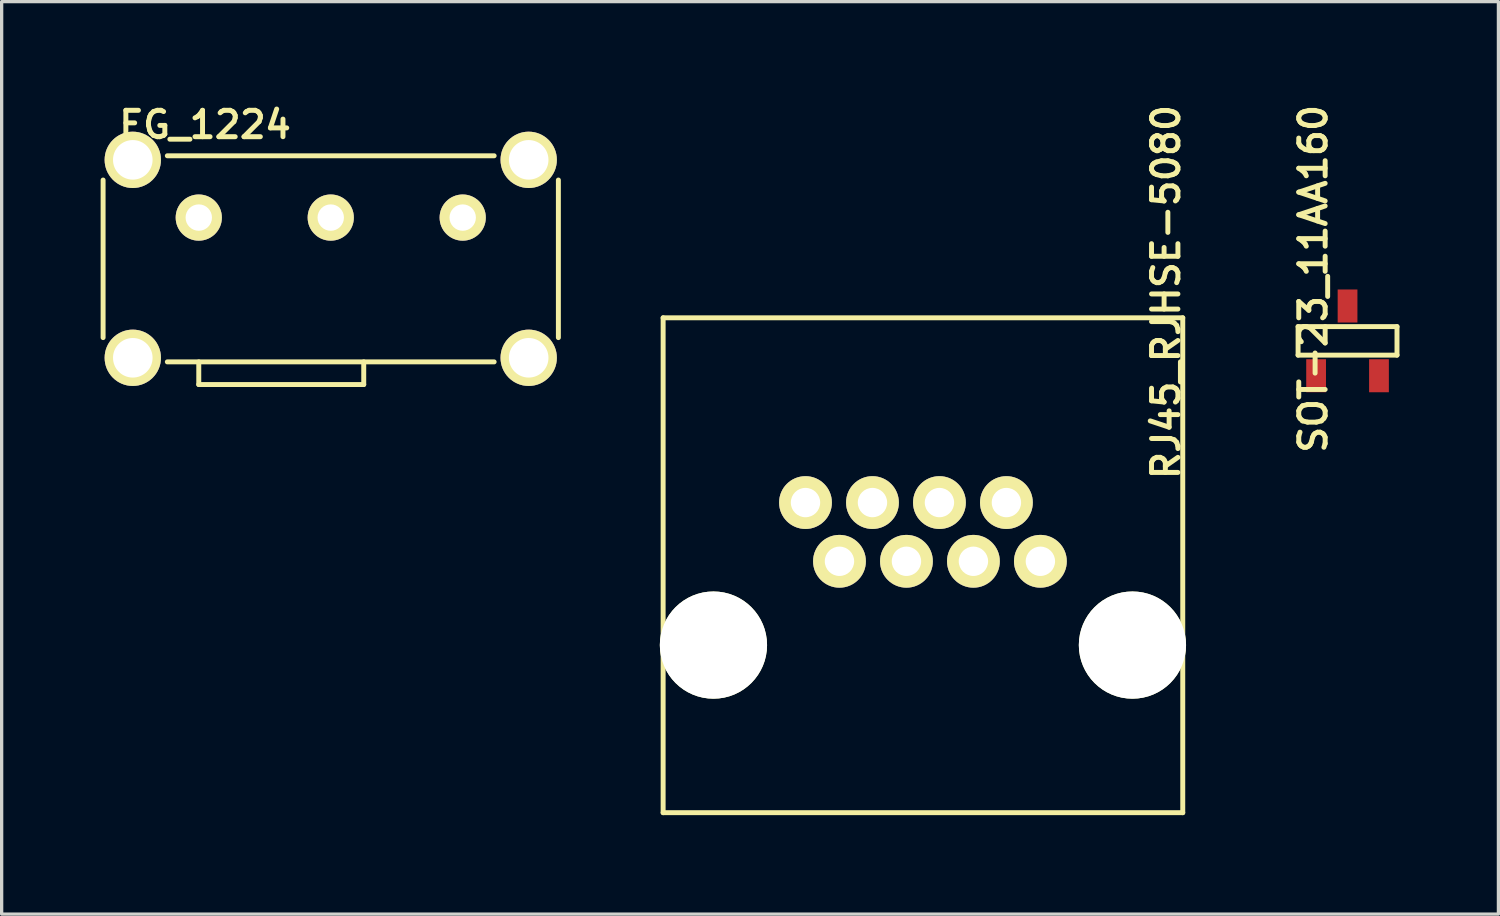
<source format=kicad_pcb>
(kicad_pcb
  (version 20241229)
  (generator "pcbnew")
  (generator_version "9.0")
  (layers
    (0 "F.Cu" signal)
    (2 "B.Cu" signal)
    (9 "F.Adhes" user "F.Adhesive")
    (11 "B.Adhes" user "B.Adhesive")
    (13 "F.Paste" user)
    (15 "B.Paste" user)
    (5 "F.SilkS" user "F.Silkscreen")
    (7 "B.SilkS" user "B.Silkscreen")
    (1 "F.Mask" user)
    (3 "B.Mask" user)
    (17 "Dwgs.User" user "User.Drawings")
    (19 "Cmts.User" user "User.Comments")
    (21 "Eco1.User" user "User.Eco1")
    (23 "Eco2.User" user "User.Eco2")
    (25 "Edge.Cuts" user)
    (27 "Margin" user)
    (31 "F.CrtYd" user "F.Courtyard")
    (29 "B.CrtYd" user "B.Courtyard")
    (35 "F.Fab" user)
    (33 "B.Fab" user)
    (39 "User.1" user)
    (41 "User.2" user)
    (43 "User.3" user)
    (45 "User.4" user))
  (footprint "SOT-23_11AA160"
    (layer "F.Cu")
    (at 37.795 7.282)
    (property "Reference" "SOT-23_11AA160" (at -1.041 -1.88 90) (layer "F.SilkS") (effects (font (size 0.8 0.8) (thickness 0.15))))
    (attr smd)
    (fp_line (start -1.499 -0.432) (end 1.499 -0.432) (stroke (width 0.15) (type solid)) (layer "F.SilkS"))
    (fp_line (start -1.499 0.432) (end -1.499 -0.432) (stroke (width 0.15) (type solid)) (layer "F.SilkS"))
    (fp_line (start 1.499 -0.432) (end 1.499 0.432) (stroke (width 0.15) (type solid)) (layer "F.SilkS"))
    (fp_line (start 1.499 0.432) (end -1.499 0.432) (stroke (width 0.15) (type solid)) (layer "F.SilkS"))
    (pad "1" smd rect (at -0.953 1.057) (size 0.599 1.001) (layers "F.Cu" "F.Mask" "F.Paste"))
    (pad "2" smd rect (at 0.953 1.057) (size 0.599 1.001) (layers "F.Cu" "F.Mask" "F.Paste"))
    (pad "3" smd rect (at 0 -1.057) (size 0.599 1.001) (layers "F.Cu" "F.Mask" "F.Paste")))
  (footprint "EG_1224"
    (layer "F.Cu")
    (at 6.975 4.795)
    (property "Reference" "EG_1224" (at -3.81 -4.064 0) (layer "F.SilkS") (effects (font (size 0.8 0.8) (thickness 0.15))))
    (attr through_hole)
    (fp_line (start -6.9 2.388) (end -6.9 -2.388) (stroke (width 0.15) (type solid)) (layer "F.SilkS"))
    (fp_line (start -4.953 -3.123) (end 4.953 -3.123) (stroke (width 0.15) (type solid)) (layer "F.SilkS"))
    (fp_line (start -4 3.124) (end -4 3.81) (stroke (width 0.15) (type solid)) (layer "F.SilkS"))
    (fp_line (start -4 3.81) (end 1 3.81) (stroke (width 0.15) (type solid)) (layer "F.SilkS"))
    (fp_line (start 1 3.124) (end 1 3.81) (stroke (width 0.15) (type solid)) (layer "F.SilkS"))
    (fp_line (start 4.953 3.124) (end -4.953 3.124) (stroke (width 0.15) (type solid)) (layer "F.SilkS"))
    (fp_line (start 6.9 -2.388) (end 6.9 2.388) (stroke (width 0.15) (type solid)) (layer "F.SilkS"))
    (pad "1" thru_hole circle (at -4 -1.25) (size 1.4 1.4) (drill 0.8) (layers "*.Cu" "*.Mask" "F.SilkS"))
    (pad "2" thru_hole circle (at 0 -1.25) (size 1.4 1.4) (drill 0.8) (layers "*.Cu" "*.Mask" "F.SilkS"))
    (pad "3" thru_hole circle (at 4 -1.25) (size 1.4 1.4) (drill 0.8) (layers "*.Cu" "*.Mask" "F.SilkS"))
    (pad "4" thru_hole circle (at -6 -3) (size 1.707 1.707) (drill 1.199) (layers "*.Cu" "*.Mask" "F.SilkS"))
    (pad "4" thru_hole circle (at -6 3) (size 1.707 1.707) (drill 1.199) (layers "*.Cu" "*.Mask" "F.SilkS"))
    (pad "4" thru_hole circle (at 6 -3) (size 1.707 1.707) (drill 1.199) (layers "*.Cu" "*.Mask" "F.SilkS"))
    (pad "4" thru_hole circle (at 6 3) (size 1.707 1.707) (drill 1.199) (layers "*.Cu" "*.Mask" "F.SilkS")))
  (footprint "RJ45_RJHSE-5080"
    (layer "F.Cu")
    (at 24.925 14.083)
    (property "Reference" "RJ45_RJHSE-5080" (at 7.366 -8.28 90) (layer "F.SilkS") (effects (font (size 0.8 0.8) (thickness 0.15))))
    (attr through_hole)
    (fp_line (start -7.875 -7.5) (end 7.875 -7.5) (stroke (width 0.15) (type solid)) (layer "F.SilkS"))
    (fp_line (start -7.875 7.5) (end -7.875 -7.5) (stroke (width 0.15) (type solid)) (layer "F.SilkS"))
    (fp_line (start 7.875 -7.5) (end 7.875 7.5) (stroke (width 0.15) (type solid)) (layer "F.SilkS"))
    (fp_line (start 7.875 7.5) (end -7.875 7.5) (stroke (width 0.15) (type solid)) (layer "F.SilkS"))
    (pad "" np_thru_hole circle (at -6.35 2.42) (size 3.25 3.25) (drill 3.25) (layers "*.Cu" "*.Mask" "F.SilkS"))
    (pad "" np_thru_hole circle (at 6.35 2.42) (size 3.25 3.25) (drill 3.25) (layers "*.Cu" "*.Mask" "F.SilkS"))
    (pad "1" thru_hole circle (at 3.56 -0.12) (size 1.6 1.6) (drill 0.89) (layers "*.Cu" "*.Mask" "F.SilkS"))
    (pad "2" thru_hole circle (at 2.53 -1.9) (size 1.6 1.6) (drill 0.89) (layers "*.Cu" "*.Mask" "F.SilkS"))
    (pad "3" thru_hole circle (at 1.53 -0.12) (size 1.6 1.6) (drill 0.89) (layers "*.Cu" "*.Mask" "F.SilkS"))
    (pad "4" thru_hole circle (at 0.5 -1.9) (size 1.6 1.6) (drill 0.89) (layers "*.Cu" "*.Mask" "F.SilkS"))
    (pad "5" thru_hole circle (at -0.5 -0.12) (size 1.6 1.6) (drill 0.89) (layers "*.Cu" "*.Mask" "F.SilkS"))
    (pad "6" thru_hole circle (at -1.53 -1.9) (size 1.6 1.6) (drill 0.89) (layers "*.Cu" "*.Mask" "F.SilkS"))
    (pad "7" thru_hole circle (at -2.53 -0.12) (size 1.6 1.6) (drill 0.89) (layers "*.Cu" "*.Mask" "F.SilkS"))
    (pad "8" thru_hole circle (at -3.56 -1.9) (size 1.6 1.6) (drill 0.89) (layers "*.Cu" "*.Mask" "F.SilkS")))
  (gr_rect
    (start -3 -3)
    (end 42.368 24.657)
    (stroke (width 0.1) (type default))
    (fill no)
    (layer "Edge.Cuts")))
</source>
